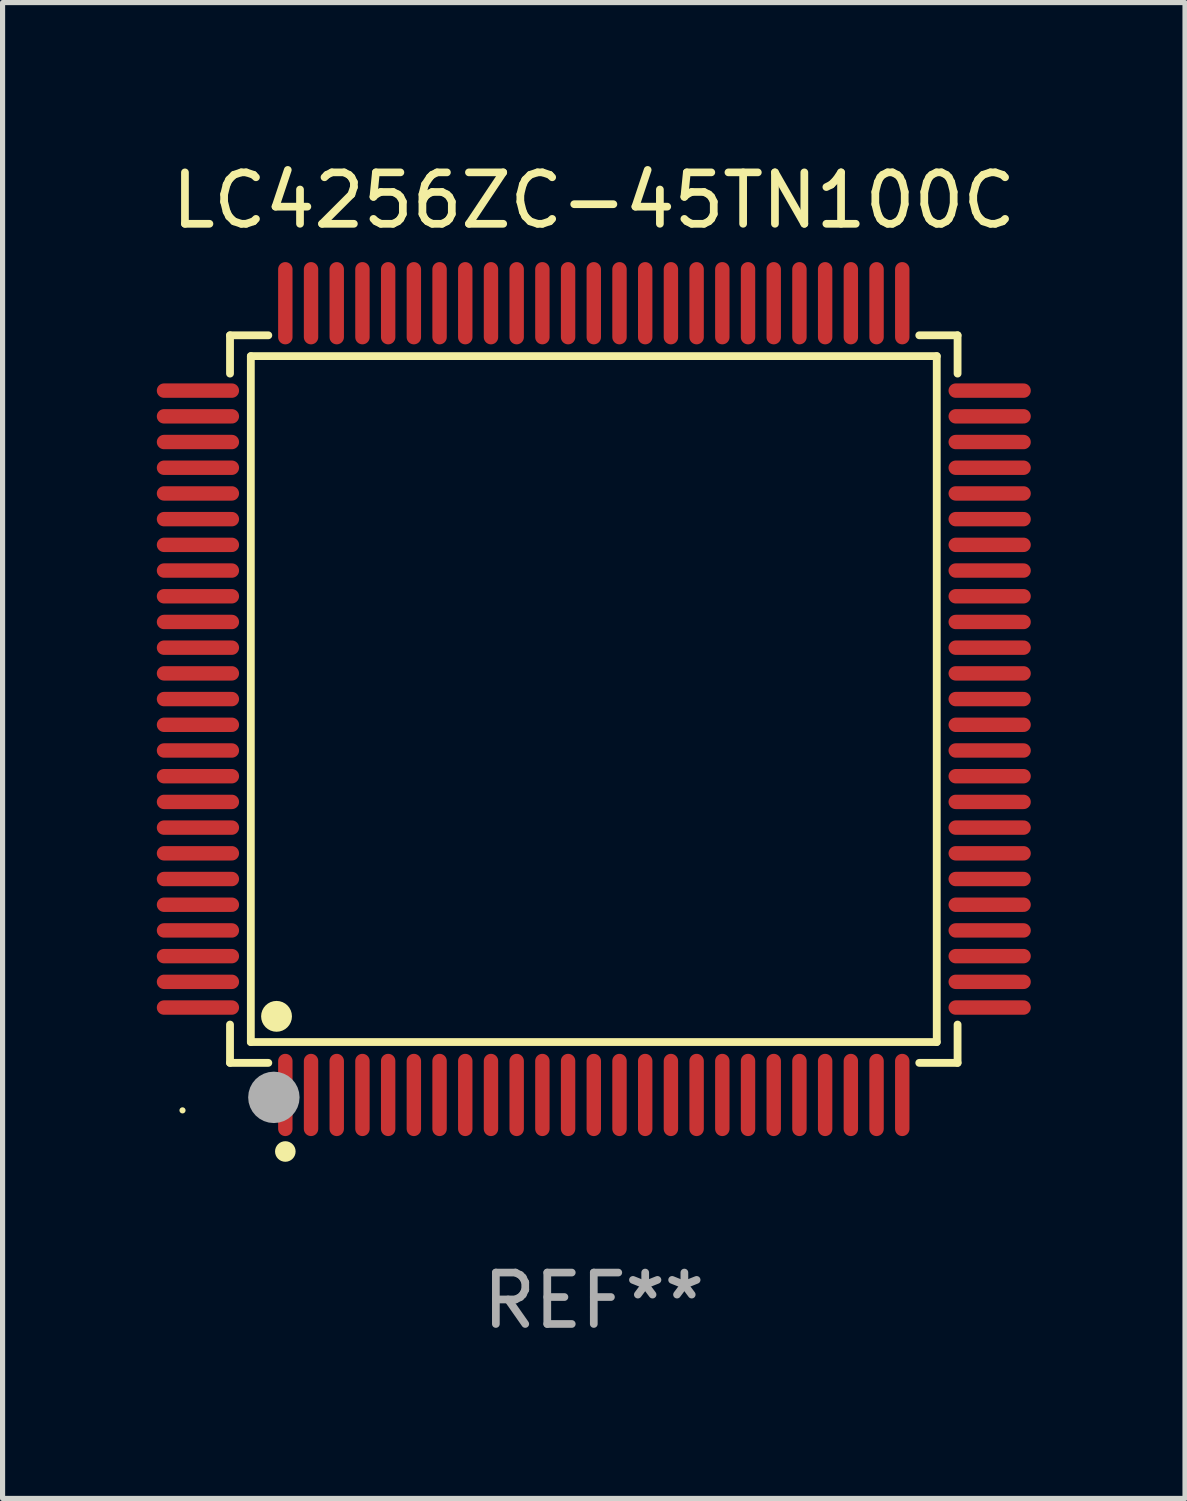
<source format=kicad_pcb>
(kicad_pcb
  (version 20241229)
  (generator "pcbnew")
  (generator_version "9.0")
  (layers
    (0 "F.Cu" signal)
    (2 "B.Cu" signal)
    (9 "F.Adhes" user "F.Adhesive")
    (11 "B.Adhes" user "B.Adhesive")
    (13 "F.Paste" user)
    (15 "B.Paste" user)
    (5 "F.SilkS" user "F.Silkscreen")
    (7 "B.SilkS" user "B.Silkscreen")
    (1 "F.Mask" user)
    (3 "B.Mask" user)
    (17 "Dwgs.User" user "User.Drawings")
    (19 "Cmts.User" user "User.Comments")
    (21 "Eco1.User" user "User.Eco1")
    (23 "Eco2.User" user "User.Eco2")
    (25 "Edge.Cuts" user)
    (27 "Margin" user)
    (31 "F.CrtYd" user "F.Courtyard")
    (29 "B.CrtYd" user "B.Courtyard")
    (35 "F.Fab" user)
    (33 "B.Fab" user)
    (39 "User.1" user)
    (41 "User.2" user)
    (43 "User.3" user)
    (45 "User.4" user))
  (footprint "LC4256ZC-45TN100C"
    (layer "F.Cu")
    (at 8.5 10.548)
    (property "Reference" "LC4256ZC-45TN100C" (at 0 -9.7 0) (layer "F.SilkS") (effects (font (size 1 1) (thickness 0.15))))
    (attr through_hole)
    (fp_line (start -7.076 -7.076) (end -6.331 -7.076) (stroke (width 0.152) (type solid)) (layer "F.SilkS"))
    (fp_line (start -7.076 -6.331) (end -7.076 -7.076) (stroke (width 0.152) (type solid)) (layer "F.SilkS"))
    (fp_line (start -7.076 6.331) (end -7.076 7.076) (stroke (width 0.152) (type solid)) (layer "F.SilkS"))
    (fp_line (start -7.076 7.076) (end -6.331 7.076) (stroke (width 0.152) (type solid)) (layer "F.SilkS"))
    (fp_line (start -6.671 -6.671) (end 6.671 -6.671) (stroke (width 0.152) (type solid)) (layer "F.SilkS"))
    (fp_line (start -6.671 6.671) (end -6.671 -6.671) (stroke (width 0.152) (type solid)) (layer "F.SilkS"))
    (fp_line (start 6.671 -6.671) (end 6.671 6.671) (stroke (width 0.152) (type solid)) (layer "F.SilkS"))
    (fp_line (start 6.671 6.671) (end -6.671 6.671) (stroke (width 0.152) (type solid)) (layer "F.SilkS"))
    (fp_line (start 7.076 -7.076) (end 6.331 -7.076) (stroke (width 0.152) (type solid)) (layer "F.SilkS"))
    (fp_line (start 7.076 -6.331) (end 7.076 -7.076) (stroke (width 0.152) (type solid)) (layer "F.SilkS"))
    (fp_line (start 7.076 6.331) (end 7.076 7.076) (stroke (width 0.152) (type solid)) (layer "F.SilkS"))
    (fp_line (start 7.076 7.076) (end 6.331 7.076) (stroke (width 0.152) (type solid)) (layer "F.SilkS"))
    (fp_circle (center -8 8) (end -7.97 8) (stroke (width 0.06) (type solid)) (fill no) (layer "F.SilkS"))
    (fp_circle (center -6.171 6.171) (end -6.021 6.171) (stroke (width 0.3) (type solid)) (fill no) (layer "F.SilkS"))
    (fp_circle (center -6 8.8) (end -5.9 8.8) (stroke (width 0.2) (type solid)) (fill no) (layer "F.SilkS"))
    (fp_circle (center -6.223 7.747) (end -5.973 7.747) (stroke (width 0.5) (type solid)) (fill no) (layer "F.Fab"))
    (fp_text user "REF**" (at 0 11.7 0) (layer "F.Fab") (effects (font (size 1 1) (thickness 0.15))))
    (pad "1" smd oval (at -6 7.7) (size 0.28 1.6) (layers "F.Cu" "F.Mask" "F.Paste"))
    (pad "2" smd oval (at -5.5 7.7) (size 0.28 1.6) (layers "F.Cu" "F.Mask" "F.Paste"))
    (pad "3" smd oval (at -5 7.7) (size 0.28 1.6) (layers "F.Cu" "F.Mask" "F.Paste"))
    (pad "4" smd oval (at -4.5 7.7) (size 0.28 1.6) (layers "F.Cu" "F.Mask" "F.Paste"))
    (pad "5" smd oval (at -4 7.7) (size 0.28 1.6) (layers "F.Cu" "F.Mask" "F.Paste"))
    (pad "6" smd oval (at -3.5 7.7) (size 0.28 1.6) (layers "F.Cu" "F.Mask" "F.Paste"))
    (pad "7" smd oval (at -3 7.7) (size 0.28 1.6) (layers "F.Cu" "F.Mask" "F.Paste"))
    (pad "8" smd oval (at -2.5 7.7) (size 0.28 1.6) (layers "F.Cu" "F.Mask" "F.Paste"))
    (pad "9" smd oval (at -2 7.7) (size 0.28 1.6) (layers "F.Cu" "F.Mask" "F.Paste"))
    (pad "10" smd oval (at -1.5 7.7) (size 0.28 1.6) (layers "F.Cu" "F.Mask" "F.Paste"))
    (pad "11" smd oval (at -1 7.7) (size 0.28 1.6) (layers "F.Cu" "F.Mask" "F.Paste"))
    (pad "12" smd oval (at -0.5 7.7) (size 0.28 1.6) (layers "F.Cu" "F.Mask" "F.Paste"))
    (pad "13" smd oval (at 0 7.7) (size 0.28 1.6) (layers "F.Cu" "F.Mask" "F.Paste"))
    (pad "14" smd oval (at 0.5 7.7) (size 0.28 1.6) (layers "F.Cu" "F.Mask" "F.Paste"))
    (pad "15" smd oval (at 1 7.7) (size 0.28 1.6) (layers "F.Cu" "F.Mask" "F.Paste"))
    (pad "16" smd oval (at 1.5 7.7) (size 0.28 1.6) (layers "F.Cu" "F.Mask" "F.Paste"))
    (pad "17" smd oval (at 2 7.7) (size 0.28 1.6) (layers "F.Cu" "F.Mask" "F.Paste"))
    (pad "18" smd oval (at 2.5 7.7) (size 0.28 1.6) (layers "F.Cu" "F.Mask" "F.Paste"))
    (pad "19" smd oval (at 3 7.7) (size 0.28 1.6) (layers "F.Cu" "F.Mask" "F.Paste"))
    (pad "20" smd oval (at 3.5 7.7) (size 0.28 1.6) (layers "F.Cu" "F.Mask" "F.Paste"))
    (pad "21" smd oval (at 4 7.7) (size 0.28 1.6) (layers "F.Cu" "F.Mask" "F.Paste"))
    (pad "22" smd oval (at 4.5 7.7) (size 0.28 1.6) (layers "F.Cu" "F.Mask" "F.Paste"))
    (pad "23" smd oval (at 5 7.7) (size 0.28 1.6) (layers "F.Cu" "F.Mask" "F.Paste"))
    (pad "24" smd oval (at 5.5 7.7) (size 0.28 1.6) (layers "F.Cu" "F.Mask" "F.Paste"))
    (pad "25" smd oval (at 6 7.7) (size 0.28 1.6) (layers "F.Cu" "F.Mask" "F.Paste"))
    (pad "26" smd oval (at 7.7 6) (size 1.6 0.28) (layers "F.Cu" "F.Mask" "F.Paste"))
    (pad "27" smd oval (at 7.7 5.5) (size 1.6 0.28) (layers "F.Cu" "F.Mask" "F.Paste"))
    (pad "28" smd oval (at 7.7 5) (size 1.6 0.28) (layers "F.Cu" "F.Mask" "F.Paste"))
    (pad "29" smd oval (at 7.7 4.5) (size 1.6 0.28) (layers "F.Cu" "F.Mask" "F.Paste"))
    (pad "30" smd oval (at 7.7 4) (size 1.6 0.28) (layers "F.Cu" "F.Mask" "F.Paste"))
    (pad "31" smd oval (at 7.7 3.5) (size 1.6 0.28) (layers "F.Cu" "F.Mask" "F.Paste"))
    (pad "32" smd oval (at 7.7 3) (size 1.6 0.28) (layers "F.Cu" "F.Mask" "F.Paste"))
    (pad "33" smd oval (at 7.7 2.5) (size 1.6 0.28) (layers "F.Cu" "F.Mask" "F.Paste"))
    (pad "34" smd oval (at 7.7 2) (size 1.6 0.28) (layers "F.Cu" "F.Mask" "F.Paste"))
    (pad "35" smd oval (at 7.7 1.5) (size 1.6 0.28) (layers "F.Cu" "F.Mask" "F.Paste"))
    (pad "36" smd oval (at 7.7 1) (size 1.6 0.28) (layers "F.Cu" "F.Mask" "F.Paste"))
    (pad "37" smd oval (at 7.7 0.5) (size 1.6 0.28) (layers "F.Cu" "F.Mask" "F.Paste"))
    (pad "38" smd oval (at 7.7 0) (size 1.6 0.28) (layers "F.Cu" "F.Mask" "F.Paste"))
    (pad "39" smd oval (at 7.7 -0.5) (size 1.6 0.28) (layers "F.Cu" "F.Mask" "F.Paste"))
    (pad "40" smd oval (at 7.7 -1) (size 1.6 0.28) (layers "F.Cu" "F.Mask" "F.Paste"))
    (pad "41" smd oval (at 7.7 -1.5) (size 1.6 0.28) (layers "F.Cu" "F.Mask" "F.Paste"))
    (pad "42" smd oval (at 7.7 -2) (size 1.6 0.28) (layers "F.Cu" "F.Mask" "F.Paste"))
    (pad "43" smd oval (at 7.7 -2.5) (size 1.6 0.28) (layers "F.Cu" "F.Mask" "F.Paste"))
    (pad "44" smd oval (at 7.7 -3) (size 1.6 0.28) (layers "F.Cu" "F.Mask" "F.Paste"))
    (pad "45" smd oval (at 7.7 -3.5) (size 1.6 0.28) (layers "F.Cu" "F.Mask" "F.Paste"))
    (pad "46" smd oval (at 7.7 -4) (size 1.6 0.28) (layers "F.Cu" "F.Mask" "F.Paste"))
    (pad "47" smd oval (at 7.7 -4.5) (size 1.6 0.28) (layers "F.Cu" "F.Mask" "F.Paste"))
    (pad "48" smd oval (at 7.7 -5) (size 1.6 0.28) (layers "F.Cu" "F.Mask" "F.Paste"))
    (pad "49" smd oval (at 7.7 -5.5) (size 1.6 0.28) (layers "F.Cu" "F.Mask" "F.Paste"))
    (pad "50" smd oval (at 7.7 -6) (size 1.6 0.28) (layers "F.Cu" "F.Mask" "F.Paste"))
    (pad "51" smd oval (at 6 -7.7) (size 0.28 1.6) (layers "F.Cu" "F.Mask" "F.Paste"))
    (pad "52" smd oval (at 5.5 -7.7) (size 0.28 1.6) (layers "F.Cu" "F.Mask" "F.Paste"))
    (pad "53" smd oval (at 5 -7.7) (size 0.28 1.6) (layers "F.Cu" "F.Mask" "F.Paste"))
    (pad "54" smd oval (at 4.5 -7.7) (size 0.28 1.6) (layers "F.Cu" "F.Mask" "F.Paste"))
    (pad "55" smd oval (at 4 -7.7) (size 0.28 1.6) (layers "F.Cu" "F.Mask" "F.Paste"))
    (pad "56" smd oval (at 3.5 -7.7) (size 0.28 1.6) (layers "F.Cu" "F.Mask" "F.Paste"))
    (pad "57" smd oval (at 3 -7.7) (size 0.28 1.6) (layers "F.Cu" "F.Mask" "F.Paste"))
    (pad "58" smd oval (at 2.5 -7.7) (size 0.28 1.6) (layers "F.Cu" "F.Mask" "F.Paste"))
    (pad "59" smd oval (at 2 -7.7) (size 0.28 1.6) (layers "F.Cu" "F.Mask" "F.Paste"))
    (pad "60" smd oval (at 1.5 -7.7) (size 0.28 1.6) (layers "F.Cu" "F.Mask" "F.Paste"))
    (pad "61" smd oval (at 1 -7.7) (size 0.28 1.6) (layers "F.Cu" "F.Mask" "F.Paste"))
    (pad "62" smd oval (at 0.5 -7.7) (size 0.28 1.6) (layers "F.Cu" "F.Mask" "F.Paste"))
    (pad "63" smd oval (at 0 -7.7) (size 0.28 1.6) (layers "F.Cu" "F.Mask" "F.Paste"))
    (pad "64" smd oval (at -0.5 -7.7) (size 0.28 1.6) (layers "F.Cu" "F.Mask" "F.Paste"))
    (pad "65" smd oval (at -1 -7.7) (size 0.28 1.6) (layers "F.Cu" "F.Mask" "F.Paste"))
    (pad "66" smd oval (at -1.5 -7.7) (size 0.28 1.6) (layers "F.Cu" "F.Mask" "F.Paste"))
    (pad "67" smd oval (at -2 -7.7) (size 0.28 1.6) (layers "F.Cu" "F.Mask" "F.Paste"))
    (pad "68" smd oval (at -2.5 -7.7) (size 0.28 1.6) (layers "F.Cu" "F.Mask" "F.Paste"))
    (pad "69" smd oval (at -3 -7.7) (size 0.28 1.6) (layers "F.Cu" "F.Mask" "F.Paste"))
    (pad "70" smd oval (at -3.5 -7.7) (size 0.28 1.6) (layers "F.Cu" "F.Mask" "F.Paste"))
    (pad "71" smd oval (at -4 -7.7) (size 0.28 1.6) (layers "F.Cu" "F.Mask" "F.Paste"))
    (pad "72" smd oval (at -4.5 -7.7) (size 0.28 1.6) (layers "F.Cu" "F.Mask" "F.Paste"))
    (pad "73" smd oval (at -5 -7.7) (size 0.28 1.6) (layers "F.Cu" "F.Mask" "F.Paste"))
    (pad "74" smd oval (at -5.5 -7.7) (size 0.28 1.6) (layers "F.Cu" "F.Mask" "F.Paste"))
    (pad "75" smd oval (at -6 -7.7) (size 0.28 1.6) (layers "F.Cu" "F.Mask" "F.Paste"))
    (pad "76" smd oval (at -7.7 -6) (size 1.6 0.28) (layers "F.Cu" "F.Mask" "F.Paste"))
    (pad "77" smd oval (at -7.7 -5.5) (size 1.6 0.28) (layers "F.Cu" "F.Mask" "F.Paste"))
    (pad "78" smd oval (at -7.7 -5) (size 1.6 0.28) (layers "F.Cu" "F.Mask" "F.Paste"))
    (pad "79" smd oval (at -7.7 -4.5) (size 1.6 0.28) (layers "F.Cu" "F.Mask" "F.Paste"))
    (pad "80" smd oval (at -7.7 -4) (size 1.6 0.28) (layers "F.Cu" "F.Mask" "F.Paste"))
    (pad "81" smd oval (at -7.7 -3.5) (size 1.6 0.28) (layers "F.Cu" "F.Mask" "F.Paste"))
    (pad "82" smd oval (at -7.7 -3) (size 1.6 0.28) (layers "F.Cu" "F.Mask" "F.Paste"))
    (pad "83" smd oval (at -7.7 -2.5) (size 1.6 0.28) (layers "F.Cu" "F.Mask" "F.Paste"))
    (pad "84" smd oval (at -7.7 -2) (size 1.6 0.28) (layers "F.Cu" "F.Mask" "F.Paste"))
    (pad "85" smd oval (at -7.7 -1.5) (size 1.6 0.28) (layers "F.Cu" "F.Mask" "F.Paste"))
    (pad "86" smd oval (at -7.7 -1) (size 1.6 0.28) (layers "F.Cu" "F.Mask" "F.Paste"))
    (pad "87" smd oval (at -7.7 -0.5) (size 1.6 0.28) (layers "F.Cu" "F.Mask" "F.Paste"))
    (pad "88" smd oval (at -7.7 0) (size 1.6 0.28) (layers "F.Cu" "F.Mask" "F.Paste"))
    (pad "89" smd oval (at -7.7 0.5) (size 1.6 0.28) (layers "F.Cu" "F.Mask" "F.Paste"))
    (pad "90" smd oval (at -7.7 1) (size 1.6 0.28) (layers "F.Cu" "F.Mask" "F.Paste"))
    (pad "91" smd oval (at -7.7 1.5) (size 1.6 0.28) (layers "F.Cu" "F.Mask" "F.Paste"))
    (pad "92" smd oval (at -7.7 2) (size 1.6 0.28) (layers "F.Cu" "F.Mask" "F.Paste"))
    (pad "93" smd oval (at -7.7 2.5) (size 1.6 0.28) (layers "F.Cu" "F.Mask" "F.Paste"))
    (pad "94" smd oval (at -7.7 3) (size 1.6 0.28) (layers "F.Cu" "F.Mask" "F.Paste"))
    (pad "95" smd oval (at -7.7 3.5) (size 1.6 0.28) (layers "F.Cu" "F.Mask" "F.Paste"))
    (pad "96" smd oval (at -7.7 4) (size 1.6 0.28) (layers "F.Cu" "F.Mask" "F.Paste"))
    (pad "97" smd oval (at -7.7 4.5) (size 1.6 0.28) (layers "F.Cu" "F.Mask" "F.Paste"))
    (pad "98" smd oval (at -7.7 5) (size 1.6 0.28) (layers "F.Cu" "F.Mask" "F.Paste"))
    (pad "99" smd oval (at -7.7 5.5) (size 1.6 0.28) (layers "F.Cu" "F.Mask" "F.Paste"))
    (pad "100" smd oval (at -7.7 6) (size 1.6 0.28) (layers "F.Cu" "F.Mask" "F.Paste")))
  (gr_rect
    (start -3 -3)
    (end 20 26.097)
    (stroke (width 0.1) (type default))
    (fill no)
    (layer "Edge.Cuts")))
</source>
